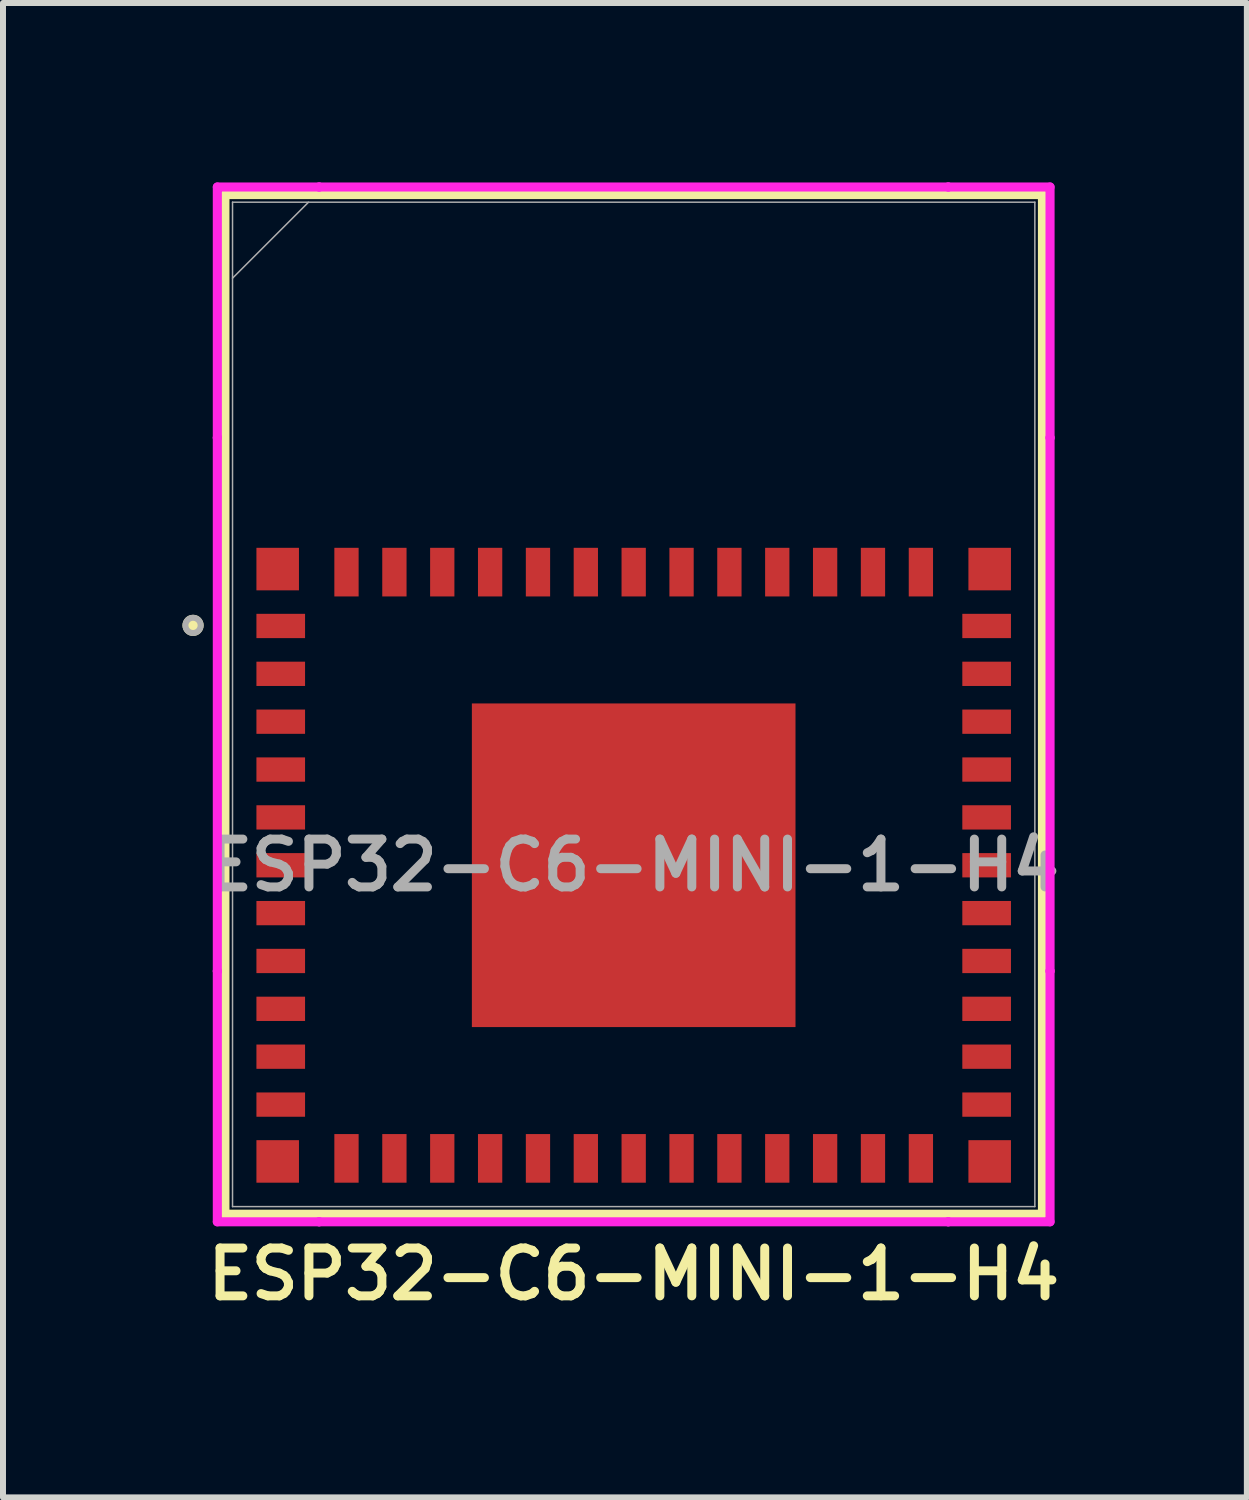
<source format=kicad_pcb>
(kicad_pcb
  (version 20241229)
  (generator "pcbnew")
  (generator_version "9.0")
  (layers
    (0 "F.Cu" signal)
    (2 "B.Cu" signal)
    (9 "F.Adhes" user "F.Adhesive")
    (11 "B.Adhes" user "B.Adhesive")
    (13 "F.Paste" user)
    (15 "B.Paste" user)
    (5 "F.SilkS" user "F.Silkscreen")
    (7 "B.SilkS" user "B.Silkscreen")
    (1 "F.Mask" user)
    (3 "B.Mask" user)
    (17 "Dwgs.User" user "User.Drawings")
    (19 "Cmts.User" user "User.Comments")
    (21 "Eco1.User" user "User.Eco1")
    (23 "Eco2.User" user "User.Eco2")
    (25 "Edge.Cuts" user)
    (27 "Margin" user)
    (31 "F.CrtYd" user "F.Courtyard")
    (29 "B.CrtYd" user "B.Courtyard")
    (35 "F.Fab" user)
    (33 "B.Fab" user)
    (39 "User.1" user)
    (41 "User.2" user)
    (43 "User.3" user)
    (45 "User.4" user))
  (footprint "ESP32-C6-MINI-1-H4"
    (layer "F.Cu")
    (at 7.543 8.725)
    (property "Reference" "ESP32-C6-MINI-1-H4" (at 0 9.525 0) (unlocked yes) (layer "F.SilkS") (effects (font (size 0.8 0.8) (thickness 0.15))))
    (attr smd)
    (fp_line (start -6.833 -8.522) (end -6.833 8.522) (stroke (width 0.152) (type solid)) (layer "F.SilkS"))
    (fp_line (start -6.833 8.522) (end 6.833 8.522) (stroke (width 0.152) (type solid)) (layer "F.SilkS"))
    (fp_line (start 6.833 -8.522) (end -6.833 -8.522) (stroke (width 0.152) (type solid)) (layer "F.SilkS"))
    (fp_line (start 6.833 8.522) (end 6.833 -8.522) (stroke (width 0.152) (type solid)) (layer "F.SilkS"))
    (fp_circle (center -7.366 -1.321) (end -7.239 -1.321) (stroke (width 0.1) (type solid)) (fill yes) (layer "F.SilkS"))
    (fp_poly (pts (xy -2.605 0.062) (xy -2.605 1.214) (xy -1.453 1.214) (xy -1.453 0.062)) (stroke (width 0) (type solid)) (fill yes) (layer "F.Paste"))
    (fp_poly (pts (xy -2.605 1.414) (xy -2.605 2.567) (xy -1.453 2.567) (xy -1.453 1.414)) (stroke (width 0) (type solid)) (fill yes) (layer "F.Paste"))
    (fp_poly (pts (xy -2.605 2.767) (xy -2.605 3.92) (xy -1.453 3.92) (xy -1.453 2.767)) (stroke (width 0) (type solid)) (fill yes) (layer "F.Paste"))
    (fp_poly (pts (xy -2.605 4.12) (xy -2.605 5.272) (xy -1.453 5.272) (xy -1.453 4.12)) (stroke (width 0) (type solid)) (fill yes) (layer "F.Paste"))
    (fp_poly (pts (xy -1.253 0.062) (xy -1.253 1.214) (xy -0.1 1.214) (xy -0.1 0.062)) (stroke (width 0) (type solid)) (fill yes) (layer "F.Paste"))
    (fp_poly (pts (xy -1.253 1.414) (xy -1.253 2.567) (xy -0.1 2.567) (xy -0.1 1.414)) (stroke (width 0) (type solid)) (fill yes) (layer "F.Paste"))
    (fp_poly (pts (xy -1.253 2.767) (xy -1.253 3.92) (xy -0.1 3.92) (xy -0.1 2.767)) (stroke (width 0) (type solid)) (fill yes) (layer "F.Paste"))
    (fp_poly (pts (xy -1.253 4.12) (xy -1.253 5.272) (xy -0.1 5.272) (xy -0.1 4.12)) (stroke (width 0) (type solid)) (fill yes) (layer "F.Paste"))
    (fp_poly (pts (xy 0.1 0.062) (xy 0.1 1.214) (xy 1.253 1.214) (xy 1.253 0.062)) (stroke (width 0) (type solid)) (fill yes) (layer "F.Paste"))
    (fp_poly (pts (xy 0.1 1.414) (xy 0.1 2.567) (xy 1.253 2.567) (xy 1.253 1.414)) (stroke (width 0) (type solid)) (fill yes) (layer "F.Paste"))
    (fp_poly (pts (xy 0.1 2.767) (xy 0.1 3.92) (xy 1.253 3.92) (xy 1.253 2.767)) (stroke (width 0) (type solid)) (fill yes) (layer "F.Paste"))
    (fp_poly (pts (xy 0.1 4.12) (xy 0.1 5.272) (xy 1.253 5.272) (xy 1.253 4.12)) (stroke (width 0) (type solid)) (fill yes) (layer "F.Paste"))
    (fp_poly (pts (xy 1.453 0.062) (xy 1.453 1.214) (xy 2.605 1.214) (xy 2.605 0.062)) (stroke (width 0) (type solid)) (fill yes) (layer "F.Paste"))
    (fp_poly (pts (xy 1.453 1.414) (xy 1.453 2.567) (xy 2.605 2.567) (xy 2.605 1.414)) (stroke (width 0) (type solid)) (fill yes) (layer "F.Paste"))
    (fp_poly (pts (xy 1.453 2.767) (xy 1.453 3.92) (xy 2.605 3.92) (xy 2.605 2.767)) (stroke (width 0) (type solid)) (fill yes) (layer "F.Paste"))
    (fp_poly (pts (xy 1.453 4.12) (xy 1.453 5.272) (xy 2.605 5.272) (xy 2.605 4.12)) (stroke (width 0) (type solid)) (fill yes) (layer "F.Paste"))
    (fp_line (start -6.96 -8.649) (end -5.258 -8.649) (stroke (width 0.152) (type solid)) (layer "F.CrtYd"))
    (fp_line (start -6.96 -4.458) (end -6.96 -8.649) (stroke (width 0.152) (type solid)) (layer "F.CrtYd"))
    (fp_line (start -6.96 -4.458) (end -6.96 -4.458) (stroke (width 0.152) (type solid)) (layer "F.CrtYd"))
    (fp_line (start -6.96 4.458) (end -6.96 -4.458) (stroke (width 0.152) (type solid)) (layer "F.CrtYd"))
    (fp_line (start -6.96 4.458) (end -6.96 4.458) (stroke (width 0.152) (type solid)) (layer "F.CrtYd"))
    (fp_line (start -6.96 8.649) (end -6.96 4.458) (stroke (width 0.152) (type solid)) (layer "F.CrtYd"))
    (fp_line (start -5.258 -8.649) (end -5.258 -8.649) (stroke (width 0.152) (type solid)) (layer "F.CrtYd"))
    (fp_line (start -5.258 -8.649) (end 5.258 -8.649) (stroke (width 0.152) (type solid)) (layer "F.CrtYd"))
    (fp_line (start -5.258 8.649) (end -6.96 8.649) (stroke (width 0.152) (type solid)) (layer "F.CrtYd"))
    (fp_line (start -5.258 8.649) (end -5.258 8.649) (stroke (width 0.152) (type solid)) (layer "F.CrtYd"))
    (fp_line (start 5.258 -8.649) (end 5.258 -8.649) (stroke (width 0.152) (type solid)) (layer "F.CrtYd"))
    (fp_line (start 5.258 -8.649) (end 6.96 -8.649) (stroke (width 0.152) (type solid)) (layer "F.CrtYd"))
    (fp_line (start 5.258 8.649) (end -5.258 8.649) (stroke (width 0.152) (type solid)) (layer "F.CrtYd"))
    (fp_line (start 5.258 8.649) (end 5.258 8.649) (stroke (width 0.152) (type solid)) (layer "F.CrtYd"))
    (fp_line (start 6.96 -8.649) (end 6.96 -4.458) (stroke (width 0.152) (type solid)) (layer "F.CrtYd"))
    (fp_line (start 6.96 -4.458) (end 6.96 -4.458) (stroke (width 0.152) (type solid)) (layer "F.CrtYd"))
    (fp_line (start 6.96 -4.458) (end 6.96 4.458) (stroke (width 0.152) (type solid)) (layer "F.CrtYd"))
    (fp_line (start 6.96 4.458) (end 6.96 4.458) (stroke (width 0.152) (type solid)) (layer "F.CrtYd"))
    (fp_line (start 6.96 4.458) (end 6.96 8.649) (stroke (width 0.152) (type solid)) (layer "F.CrtYd"))
    (fp_line (start 6.96 8.649) (end 5.258 8.649) (stroke (width 0.152) (type solid)) (layer "F.CrtYd"))
    (fp_line (start -6.706 -8.395) (end -6.706 8.395) (stroke (width 0.025) (type solid)) (layer "F.Fab"))
    (fp_line (start -6.706 -7.125) (end -5.436 -8.395) (stroke (width 0.025) (type solid)) (layer "F.Fab"))
    (fp_line (start -6.706 8.395) (end 6.706 8.395) (stroke (width 0.025) (type solid)) (layer "F.Fab"))
    (fp_line (start 6.706 -8.395) (end -6.706 -8.395) (stroke (width 0.025) (type solid)) (layer "F.Fab"))
    (fp_line (start 6.706 8.395) (end 6.706 -8.395) (stroke (width 0.025) (type solid)) (layer "F.Fab"))
    (fp_circle (center -7.366 -1.321) (end -7.239 -1.321) (stroke (width 0.1) (type solid)) (fill no) (layer "F.Fab"))
    (fp_text user "${REFERENCE}" (at 0 2.689 0) (unlocked yes) (layer "F.Fab") (effects (font (size 0.8 0.8) (thickness 0.15))))
    (pad "1" smd rect (at -5.9 -1.311) (size 0.813 0.406) (layers "F.Cu" "F.Mask" "F.Paste"))
    (pad "2" smd rect (at -5.9 -0.511) (size 0.813 0.406) (layers "F.Cu" "F.Mask" "F.Paste"))
    (pad "3" smd rect (at -5.9 0.289) (size 0.813 0.406) (layers "F.Cu" "F.Mask" "F.Paste"))
    (pad "4" smd rect (at -5.9 1.089) (size 0.813 0.406) (layers "F.Cu" "F.Mask" "F.Paste"))
    (pad "5" smd rect (at -5.9 1.889) (size 0.813 0.406) (layers "F.Cu" "F.Mask" "F.Paste"))
    (pad "6" smd rect (at -5.9 2.689) (size 0.813 0.406) (layers "F.Cu" "F.Mask" "F.Paste"))
    (pad "7" smd rect (at -5.9 3.489) (size 0.813 0.406) (layers "F.Cu" "F.Mask" "F.Paste"))
    (pad "8" smd rect (at -5.9 4.289) (size 0.813 0.406) (layers "F.Cu" "F.Mask" "F.Paste"))
    (pad "9" smd rect (at -5.9 5.089) (size 0.813 0.406) (layers "F.Cu" "F.Mask" "F.Paste"))
    (pad "10" smd rect (at -5.9 5.889) (size 0.813 0.406) (layers "F.Cu" "F.Mask" "F.Paste"))
    (pad "11" smd rect (at -5.9 6.69) (size 0.813 0.406) (layers "F.Cu" "F.Mask" "F.Paste"))
    (pad "12" smd rect (at -4.801 7.589 90) (size 0.813 0.406) (layers "F.Cu" "F.Mask" "F.Paste"))
    (pad "13" smd rect (at -4 7.589 90) (size 0.813 0.406) (layers "F.Cu" "F.Mask" "F.Paste"))
    (pad "14" smd rect (at -3.2 7.589 90) (size 0.813 0.406) (layers "F.Cu" "F.Mask" "F.Paste"))
    (pad "15" smd rect (at -2.4 7.589 90) (size 0.813 0.406) (layers "F.Cu" "F.Mask" "F.Paste"))
    (pad "16" smd rect (at -1.6 7.589 90) (size 0.813 0.406) (layers "F.Cu" "F.Mask" "F.Paste"))
    (pad "17" smd rect (at -0.8 7.589 90) (size 0.813 0.406) (layers "F.Cu" "F.Mask" "F.Paste"))
    (pad "18" smd rect (at 0 7.589 90) (size 0.813 0.406) (layers "F.Cu" "F.Mask" "F.Paste"))
    (pad "19" smd rect (at 0.8 7.589 90) (size 0.813 0.406) (layers "F.Cu" "F.Mask" "F.Paste"))
    (pad "20" smd rect (at 1.6 7.589 90) (size 0.813 0.406) (layers "F.Cu" "F.Mask" "F.Paste"))
    (pad "21" smd rect (at 2.4 7.589 90) (size 0.813 0.406) (layers "F.Cu" "F.Mask" "F.Paste"))
    (pad "22" smd rect (at 3.2 7.589 90) (size 0.813 0.406) (layers "F.Cu" "F.Mask" "F.Paste"))
    (pad "23" smd rect (at 4 7.589 90) (size 0.813 0.406) (layers "F.Cu" "F.Mask" "F.Paste"))
    (pad "24" smd rect (at 4.801 7.589 90) (size 0.813 0.406) (layers "F.Cu" "F.Mask" "F.Paste"))
    (pad "25" smd rect (at 5.9 6.69) (size 0.813 0.406) (layers "F.Cu" "F.Mask" "F.Paste"))
    (pad "26" smd rect (at 5.9 5.889) (size 0.813 0.406) (layers "F.Cu" "F.Mask" "F.Paste"))
    (pad "27" smd rect (at 5.9 5.089) (size 0.813 0.406) (layers "F.Cu" "F.Mask" "F.Paste"))
    (pad "28" smd rect (at 5.9 4.289) (size 0.813 0.406) (layers "F.Cu" "F.Mask" "F.Paste"))
    (pad "29" smd rect (at 5.9 3.489) (size 0.813 0.406) (layers "F.Cu" "F.Mask" "F.Paste"))
    (pad "30" smd rect (at 5.9 2.689) (size 0.813 0.406) (layers "F.Cu" "F.Mask" "F.Paste"))
    (pad "31" smd rect (at 5.9 1.889) (size 0.813 0.406) (layers "F.Cu" "F.Mask" "F.Paste"))
    (pad "32" smd rect (at 5.9 1.089) (size 0.813 0.406) (layers "F.Cu" "F.Mask" "F.Paste"))
    (pad "33" smd rect (at 5.9 0.289) (size 0.813 0.406) (layers "F.Cu" "F.Mask" "F.Paste"))
    (pad "34" smd rect (at 5.9 -0.511) (size 0.813 0.406) (layers "F.Cu" "F.Mask" "F.Paste"))
    (pad "35" smd rect (at 5.9 -1.311) (size 0.813 0.406) (layers "F.Cu" "F.Mask" "F.Paste"))
    (pad "36" smd rect (at 4.801 -2.211 90) (size 0.813 0.406) (layers "F.Cu" "F.Mask" "F.Paste"))
    (pad "37" smd rect (at 4 -2.211 90) (size 0.813 0.406) (layers "F.Cu" "F.Mask" "F.Paste"))
    (pad "38" smd rect (at 3.2 -2.211 90) (size 0.813 0.406) (layers "F.Cu" "F.Mask" "F.Paste"))
    (pad "39" smd rect (at 2.4 -2.211 90) (size 0.813 0.406) (layers "F.Cu" "F.Mask" "F.Paste"))
    (pad "40" smd rect (at 1.6 -2.211 90) (size 0.813 0.406) (layers "F.Cu" "F.Mask" "F.Paste"))
    (pad "41" smd rect (at 0.8 -2.211 90) (size 0.813 0.406) (layers "F.Cu" "F.Mask" "F.Paste"))
    (pad "42" smd rect (at 0 -2.211 90) (size 0.813 0.406) (layers "F.Cu" "F.Mask" "F.Paste"))
    (pad "43" smd rect (at -0.8 -2.211 90) (size 0.813 0.406) (layers "F.Cu" "F.Mask" "F.Paste"))
    (pad "44" smd rect (at -1.6 -2.211 90) (size 0.813 0.406) (layers "F.Cu" "F.Mask" "F.Paste"))
    (pad "45" smd rect (at -2.4 -2.211 90) (size 0.813 0.406) (layers "F.Cu" "F.Mask" "F.Paste"))
    (pad "46" smd rect (at -3.2 -2.211 90) (size 0.813 0.406) (layers "F.Cu" "F.Mask" "F.Paste"))
    (pad "47" smd rect (at -4 -2.211 90) (size 0.813 0.406) (layers "F.Cu" "F.Mask" "F.Paste"))
    (pad "48" smd rect (at -4.801 -2.211 90) (size 0.813 0.406) (layers "F.Cu" "F.Mask" "F.Paste"))
    (pad "49" smd rect (at 0 2.689) (size 5.41 5.41) (layers "F.Cu" "F.Mask"))
    (pad "50" smd rect (at 5.951 7.64) (size 0.711 0.711) (layers "F.Cu" "F.Mask" "F.Paste"))
    (pad "51" smd rect (at 5.951 -2.262) (size 0.711 0.711) (layers "F.Cu" "F.Mask" "F.Paste"))
    (pad "52" smd rect (at -5.951 7.64) (size 0.711 0.711) (layers "F.Cu" "F.Mask" "F.Paste"))
    (pad "53" smd rect (at -5.951 -2.262) (size 0.711 0.711) (layers "F.Cu" "F.Mask" "F.Paste")))
  (gr_rect
    (start -3 -3)
    (end 17.793 21.981)
    (stroke (width 0.1) (type default))
    (fill no)
    (layer "Edge.Cuts")))
</source>
